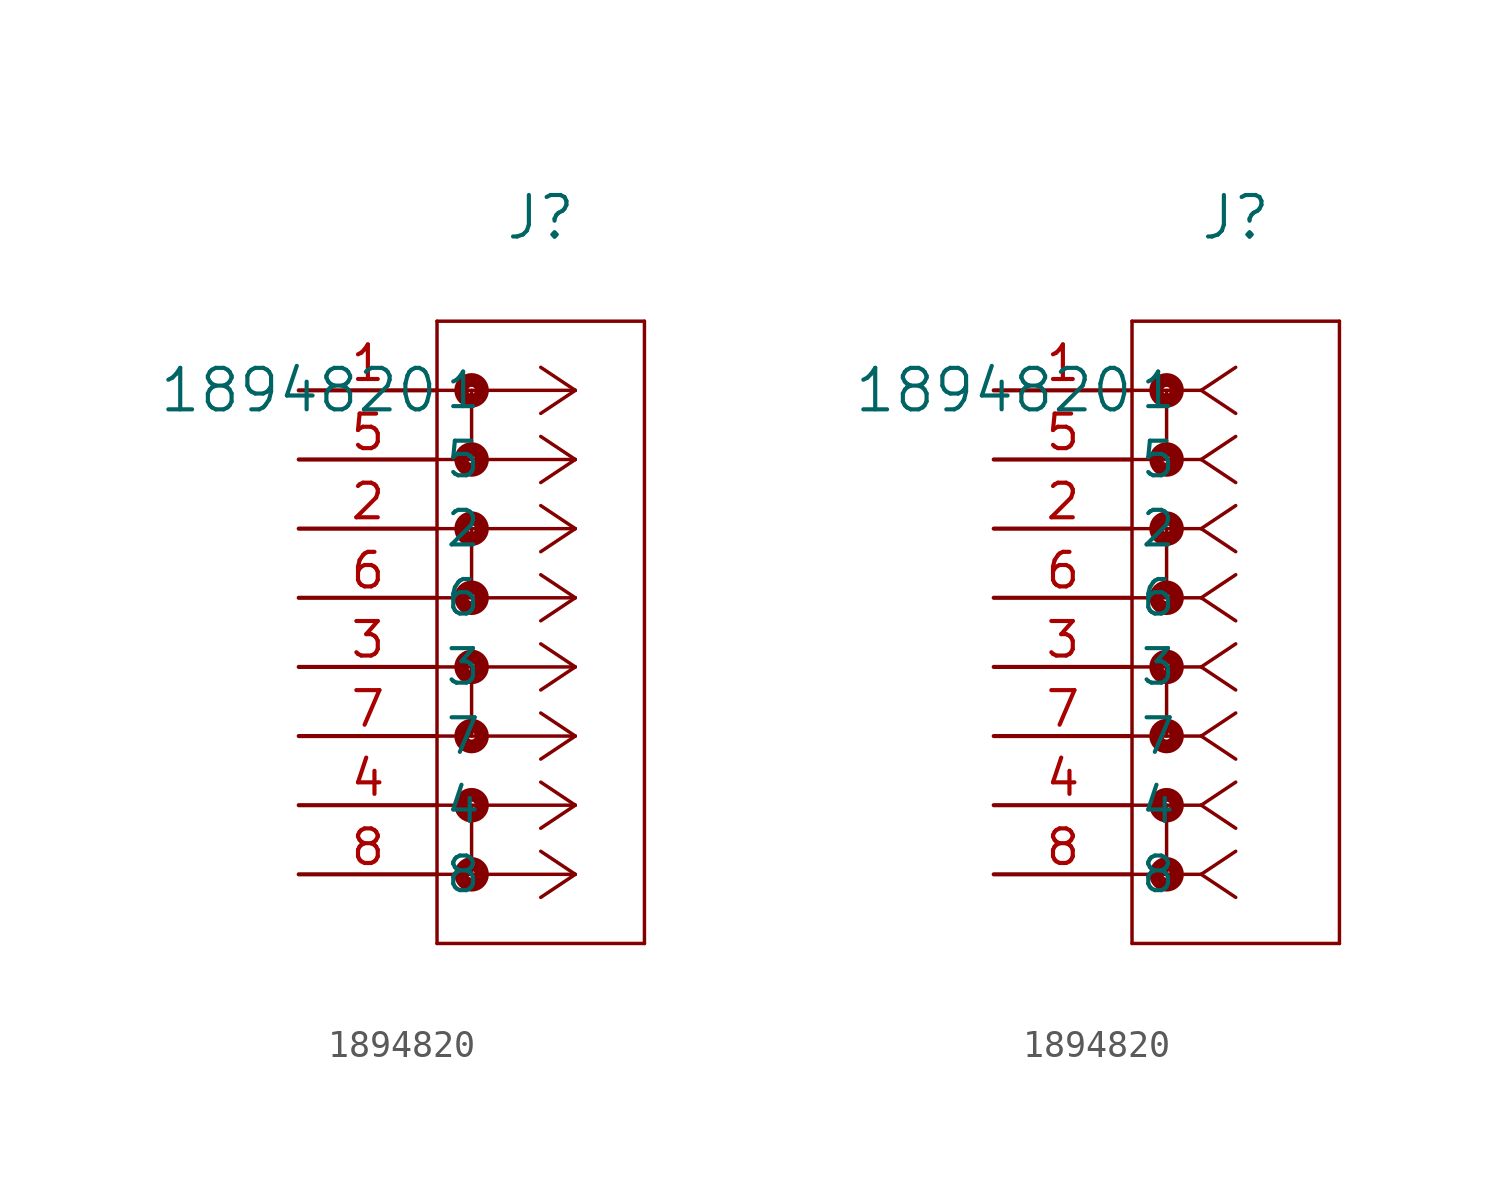
<source format=kicad_sym>
(kicad_symbol_lib
  (version 20211014)
  (generator kicad_symbol_editor)
  (symbol "1894820"
    (pin_names
      (offset 0.254))
    (property "Reference" "J"
      (at 8.89 6.35 0)
      (effects (font (size 1.524 1.524))))
    (property "Value" "1894820"
      (at 0 0 0)
      (effects (font (size 1.524 1.524))))
    (symbol "1894820_1_1"
      (polyline (pts (xy 10.16 0) (xy 5.08 0)) (stroke (width 0.127) (type default) (color 0 0 0 0)) (fill (type none)))
      (polyline (pts (xy 10.16 -2.54) (xy 5.08 -2.54)) (stroke (width 0.127) (type default) (color 0 0 0 0)) (fill (type none)))
      (polyline (pts (xy 10.16 -5.08) (xy 5.08 -5.08)) (stroke (width 0.127) (type default) (color 0 0 0 0)) (fill (type none)))
      (polyline (pts (xy 10.16 -7.62) (xy 5.08 -7.62)) (stroke (width 0.127) (type default) (color 0 0 0 0)) (fill (type none)))
      (polyline (pts (xy 10.16 -10.16) (xy 5.08 -10.16)) (stroke (width 0.127) (type default) (color 0 0 0 0)) (fill (type none)))
      (polyline (pts (xy 10.16 -12.7) (xy 5.08 -12.7)) (stroke (width 0.127) (type default) (color 0 0 0 0)) (fill (type none)))
      (polyline (pts (xy 10.16 -15.24) (xy 5.08 -15.24)) (stroke (width 0.127) (type default) (color 0 0 0 0)) (fill (type none)))
      (polyline (pts (xy 10.16 -17.78) (xy 5.08 -17.78)) (stroke (width 0.127) (type default) (color 0 0 0 0)) (fill (type none)))
      (polyline (pts (xy 10.16 0) (xy 8.89 0.847)) (stroke (width 0.127) (type default) (color 0 0 0 0)) (fill (type none)))
      (polyline (pts (xy 10.16 -2.54) (xy 8.89 -1.693)) (stroke (width 0.127) (type default) (color 0 0 0 0)) (fill (type none)))
      (polyline (pts (xy 10.16 -5.08) (xy 8.89 -4.233)) (stroke (width 0.127) (type default) (color 0 0 0 0)) (fill (type none)))
      (polyline (pts (xy 10.16 -7.62) (xy 8.89 -6.773)) (stroke (width 0.127) (type default) (color 0 0 0 0)) (fill (type none)))
      (polyline (pts (xy 10.16 -10.16) (xy 8.89 -9.313)) (stroke (width 0.127) (type default) (color 0 0 0 0)) (fill (type none)))
      (polyline (pts (xy 10.16 -12.7) (xy 8.89 -11.853)) (stroke (width 0.127) (type default) (color 0 0 0 0)) (fill (type none)))
      (polyline (pts (xy 10.16 -15.24) (xy 8.89 -14.393)) (stroke (width 0.127) (type default) (color 0 0 0 0)) (fill (type none)))
      (polyline (pts (xy 10.16 -17.78) (xy 8.89 -16.933)) (stroke (width 0.127) (type default) (color 0 0 0 0)) (fill (type none)))
      (polyline (pts (xy 10.16 0) (xy 8.89 -0.847)) (stroke (width 0.127) (type default) (color 0 0 0 0)) (fill (type none)))
      (polyline (pts (xy 10.16 -2.54) (xy 8.89 -3.387)) (stroke (width 0.127) (type default) (color 0 0 0 0)) (fill (type none)))
      (polyline (pts (xy 10.16 -5.08) (xy 8.89 -5.927)) (stroke (width 0.127) (type default) (color 0 0 0 0)) (fill (type none)))
      (polyline (pts (xy 10.16 -7.62) (xy 8.89 -8.467)) (stroke (width 0.127) (type default) (color 0 0 0 0)) (fill (type none)))
      (polyline (pts (xy 10.16 -10.16) (xy 8.89 -11.007)) (stroke (width 0.127) (type default) (color 0 0 0 0)) (fill (type none)))
      (polyline (pts (xy 10.16 -12.7) (xy 8.89 -13.547)) (stroke (width 0.127) (type default) (color 0 0 0 0)) (fill (type none)))
      (polyline (pts (xy 10.16 -15.24) (xy 8.89 -16.087)) (stroke (width 0.127) (type default) (color 0 0 0 0)) (fill (type none)))
      (polyline (pts (xy 10.16 -17.78) (xy 8.89 -18.627)) (stroke (width 0.127) (type default) (color 0 0 0 0)) (fill (type none)))
      (polyline (pts (xy 5.08 2.54) (xy 5.08 -20.32)) (stroke (width 0.127) (type default) (color 0 0 0 0)) (fill (type none)))
      (polyline (pts (xy 5.08 -20.32) (xy 12.7 -20.32)) (stroke (width 0.127) (type default) (color 0 0 0 0)) (fill (type none)))
      (polyline (pts (xy 12.7 -20.32) (xy 12.7 2.54)) (stroke (width 0.127) (type default) (color 0 0 0 0)) (fill (type none)))
      (polyline (pts (xy 12.7 2.54) (xy 5.08 2.54)) (stroke (width 0.127) (type default) (color 0 0 0 0)) (fill (type none)))
      (circle (center 6.35 0) (radius 0.127) (stroke (width 0.508) (type default) (color 0 0 0 0)) (fill (type none)))
      (polyline (pts (xy 6.35 0) (xy 6.35 -2.54)) (stroke (width 0.127) (type default) (color 0 0 0 0)) (fill (type none)))
      (circle (center 6.35 -2.54) (radius 0.127) (stroke (width 0.508) (type default) (color 0 0 0 0)) (fill (type none)))
      (circle (center 6.35 -5.08) (radius 0.127) (stroke (width 0.508) (type default) (color 0 0 0 0)) (fill (type none)))
      (polyline (pts (xy 6.35 -5.08) (xy 6.35 -7.62)) (stroke (width 0.127) (type default) (color 0 0 0 0)) (fill (type none)))
      (circle (center 6.35 -7.62) (radius 0.127) (stroke (width 0.508) (type default) (color 0 0 0 0)) (fill (type none)))
      (circle (center 6.35 -10.16) (radius 0.127) (stroke (width 0.508) (type default) (color 0 0 0 0)) (fill (type none)))
      (polyline (pts (xy 6.35 -10.16) (xy 6.35 -12.7)) (stroke (width 0.127) (type default) (color 0 0 0 0)) (fill (type none)))
      (circle (center 6.35 -12.7) (radius 0.127) (stroke (width 0.508) (type default) (color 0 0 0 0)) (fill (type none)))
      (circle (center 6.35 -15.24) (radius 0.127) (stroke (width 0.508) (type default) (color 0 0 0 0)) (fill (type none)))
      (polyline (pts (xy 6.35 -15.24) (xy 6.35 -17.78)) (stroke (width 0.127) (type default) (color 0 0 0 0)) (fill (type none)))
      (circle (center 6.35 -17.78) (radius 0.127) (stroke (width 0.508) (type default) (color 0 0 0 0)) (fill (type none)))
      (pin unspecified line (at 0 0 0) (length 5.08) (name "1" (effects (font (size 1.27 1.27)))) (number "1" (effects (font (size 1.27 1.27)))))
      (pin unspecified line (at 0 -5.08 0) (length 5.08) (name "2" (effects (font (size 1.27 1.27)))) (number "2" (effects (font (size 1.27 1.27)))))
      (pin unspecified line (at 0 -10.16 0) (length 5.08) (name "3" (effects (font (size 1.27 1.27)))) (number "3" (effects (font (size 1.27 1.27)))))
      (pin unspecified line (at 0 -15.24 0) (length 5.08) (name "4" (effects (font (size 1.27 1.27)))) (number "4" (effects (font (size 1.27 1.27)))))
      (pin unspecified line (at 0 -2.54 0) (length 5.08) (name "5" (effects (font (size 1.27 1.27)))) (number "5" (effects (font (size 1.27 1.27)))))
      (pin unspecified line (at 0 -7.62 0) (length 5.08) (name "6" (effects (font (size 1.27 1.27)))) (number "6" (effects (font (size 1.27 1.27)))))
      (pin unspecified line (at 0 -12.7 0) (length 5.08) (name "7" (effects (font (size 1.27 1.27)))) (number "7" (effects (font (size 1.27 1.27)))))
      (pin unspecified line (at 0 -17.78 0) (length 5.08) (name "8" (effects (font (size 1.27 1.27)))) (number "8" (effects (font (size 1.27 1.27))))))
    (symbol "1894820_1_2"
      (polyline (pts (xy 7.62 0) (xy 5.08 0)) (stroke (width 0.127) (type default) (color 0 0 0 0)) (fill (type none)))
      (polyline (pts (xy 7.62 -2.54) (xy 5.08 -2.54)) (stroke (width 0.127) (type default) (color 0 0 0 0)) (fill (type none)))
      (polyline (pts (xy 7.62 -5.08) (xy 5.08 -5.08)) (stroke (width 0.127) (type default) (color 0 0 0 0)) (fill (type none)))
      (polyline (pts (xy 7.62 -7.62) (xy 5.08 -7.62)) (stroke (width 0.127) (type default) (color 0 0 0 0)) (fill (type none)))
      (polyline (pts (xy 7.62 -10.16) (xy 5.08 -10.16)) (stroke (width 0.127) (type default) (color 0 0 0 0)) (fill (type none)))
      (polyline (pts (xy 7.62 -12.7) (xy 5.08 -12.7)) (stroke (width 0.127) (type default) (color 0 0 0 0)) (fill (type none)))
      (polyline (pts (xy 7.62 -15.24) (xy 5.08 -15.24)) (stroke (width 0.127) (type default) (color 0 0 0 0)) (fill (type none)))
      (polyline (pts (xy 7.62 -17.78) (xy 5.08 -17.78)) (stroke (width 0.127) (type default) (color 0 0 0 0)) (fill (type none)))
      (polyline (pts (xy 7.62 0) (xy 8.89 0.847)) (stroke (width 0.127) (type default) (color 0 0 0 0)) (fill (type none)))
      (polyline (pts (xy 7.62 -2.54) (xy 8.89 -1.693)) (stroke (width 0.127) (type default) (color 0 0 0 0)) (fill (type none)))
      (polyline (pts (xy 7.62 -5.08) (xy 8.89 -4.233)) (stroke (width 0.127) (type default) (color 0 0 0 0)) (fill (type none)))
      (polyline (pts (xy 7.62 -7.62) (xy 8.89 -6.773)) (stroke (width 0.127) (type default) (color 0 0 0 0)) (fill (type none)))
      (polyline (pts (xy 7.62 -10.16) (xy 8.89 -9.313)) (stroke (width 0.127) (type default) (color 0 0 0 0)) (fill (type none)))
      (polyline (pts (xy 7.62 -12.7) (xy 8.89 -11.853)) (stroke (width 0.127) (type default) (color 0 0 0 0)) (fill (type none)))
      (polyline (pts (xy 7.62 -15.24) (xy 8.89 -14.393)) (stroke (width 0.127) (type default) (color 0 0 0 0)) (fill (type none)))
      (polyline (pts (xy 7.62 -17.78) (xy 8.89 -16.933)) (stroke (width 0.127) (type default) (color 0 0 0 0)) (fill (type none)))
      (polyline (pts (xy 7.62 0) (xy 8.89 -0.847)) (stroke (width 0.127) (type default) (color 0 0 0 0)) (fill (type none)))
      (polyline (pts (xy 7.62 -2.54) (xy 8.89 -3.387)) (stroke (width 0.127) (type default) (color 0 0 0 0)) (fill (type none)))
      (polyline (pts (xy 7.62 -5.08) (xy 8.89 -5.927)) (stroke (width 0.127) (type default) (color 0 0 0 0)) (fill (type none)))
      (polyline (pts (xy 7.62 -7.62) (xy 8.89 -8.467)) (stroke (width 0.127) (type default) (color 0 0 0 0)) (fill (type none)))
      (polyline (pts (xy 7.62 -10.16) (xy 8.89 -11.007)) (stroke (width 0.127) (type default) (color 0 0 0 0)) (fill (type none)))
      (polyline (pts (xy 7.62 -12.7) (xy 8.89 -13.547)) (stroke (width 0.127) (type default) (color 0 0 0 0)) (fill (type none)))
      (polyline (pts (xy 7.62 -15.24) (xy 8.89 -16.087)) (stroke (width 0.127) (type default) (color 0 0 0 0)) (fill (type none)))
      (polyline (pts (xy 7.62 -17.78) (xy 8.89 -18.627)) (stroke (width 0.127) (type default) (color 0 0 0 0)) (fill (type none)))
      (polyline (pts (xy 5.08 2.54) (xy 5.08 -20.32)) (stroke (width 0.127) (type default) (color 0 0 0 0)) (fill (type none)))
      (polyline (pts (xy 5.08 -20.32) (xy 12.7 -20.32)) (stroke (width 0.127) (type default) (color 0 0 0 0)) (fill (type none)))
      (polyline (pts (xy 12.7 -20.32) (xy 12.7 2.54)) (stroke (width 0.127) (type default) (color 0 0 0 0)) (fill (type none)))
      (polyline (pts (xy 12.7 2.54) (xy 5.08 2.54)) (stroke (width 0.127) (type default) (color 0 0 0 0)) (fill (type none)))
      (circle (center 6.35 0) (radius 0.127) (stroke (width 0.508) (type default) (color 0 0 0 0)) (fill (type none)))
      (polyline (pts (xy 6.35 0) (xy 6.35 -2.54)) (stroke (width 0.127) (type default) (color 0 0 0 0)) (fill (type none)))
      (circle (center 6.35 -2.54) (radius 0.127) (stroke (width 0.508) (type default) (color 0 0 0 0)) (fill (type none)))
      (circle (center 6.35 -5.08) (radius 0.127) (stroke (width 0.508) (type default) (color 0 0 0 0)) (fill (type none)))
      (polyline (pts (xy 6.35 -5.08) (xy 6.35 -7.62)) (stroke (width 0.127) (type default) (color 0 0 0 0)) (fill (type none)))
      (circle (center 6.35 -7.62) (radius 0.127) (stroke (width 0.508) (type default) (color 0 0 0 0)) (fill (type none)))
      (circle (center 6.35 -10.16) (radius 0.127) (stroke (width 0.508) (type default) (color 0 0 0 0)) (fill (type none)))
      (polyline (pts (xy 6.35 -10.16) (xy 6.35 -12.7)) (stroke (width 0.127) (type default) (color 0 0 0 0)) (fill (type none)))
      (circle (center 6.35 -12.7) (radius 0.127) (stroke (width 0.508) (type default) (color 0 0 0 0)) (fill (type none)))
      (circle (center 6.35 -15.24) (radius 0.127) (stroke (width 0.508) (type default) (color 0 0 0 0)) (fill (type none)))
      (polyline (pts (xy 6.35 -15.24) (xy 6.35 -17.78)) (stroke (width 0.127) (type default) (color 0 0 0 0)) (fill (type none)))
      (circle (center 6.35 -17.78) (radius 0.127) (stroke (width 0.508) (type default) (color 0 0 0 0)) (fill (type none)))
      (pin unspecified line (at 0 0 0) (length 5.08) (name "1" (effects (font (size 1.27 1.27)))) (number "1" (effects (font (size 1.27 1.27)))))
      (pin unspecified line (at 0 -5.08 0) (length 5.08) (name "2" (effects (font (size 1.27 1.27)))) (number "2" (effects (font (size 1.27 1.27)))))
      (pin unspecified line (at 0 -10.16 0) (length 5.08) (name "3" (effects (font (size 1.27 1.27)))) (number "3" (effects (font (size 1.27 1.27)))))
      (pin unspecified line (at 0 -15.24 0) (length 5.08) (name "4" (effects (font (size 1.27 1.27)))) (number "4" (effects (font (size 1.27 1.27)))))
      (pin unspecified line (at 0 -2.54 0) (length 5.08) (name "5" (effects (font (size 1.27 1.27)))) (number "5" (effects (font (size 1.27 1.27)))))
      (pin unspecified line (at 0 -7.62 0) (length 5.08) (name "6" (effects (font (size 1.27 1.27)))) (number "6" (effects (font (size 1.27 1.27)))))
      (pin unspecified line (at 0 -12.7 0) (length 5.08) (name "7" (effects (font (size 1.27 1.27)))) (number "7" (effects (font (size 1.27 1.27)))))
      (pin unspecified line (at 0 -17.78 0) (length 5.08) (name "8" (effects (font (size 1.27 1.27)))) (number "8" (effects (font (size 1.27 1.27))))))))
</source>
